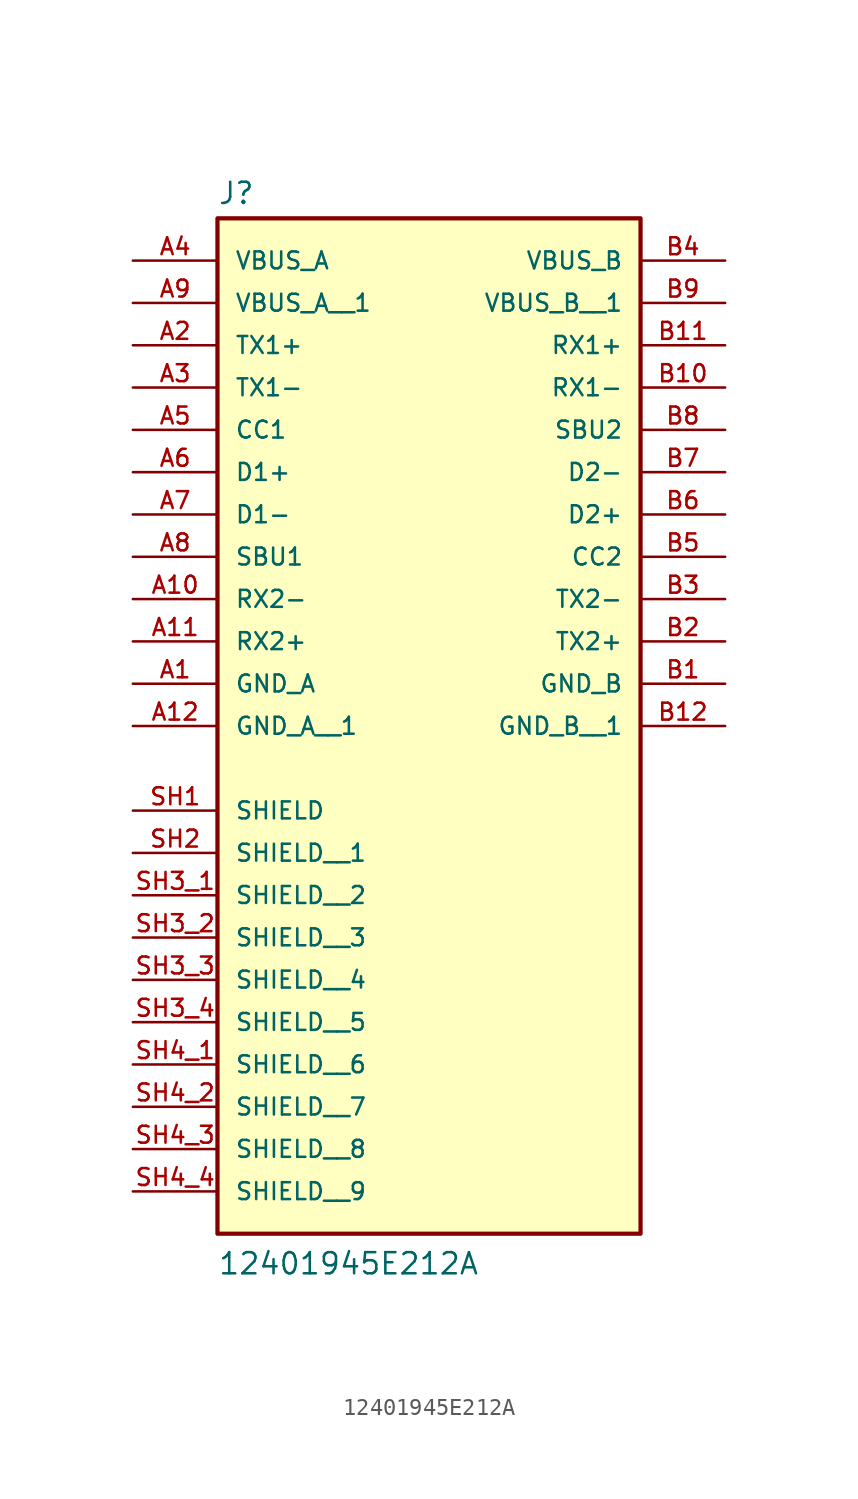
<source format=kicad_sym>
(kicad_symbol_lib
  (version 20211014)
  (generator kicad_symbol_editor)
  (symbol "12401945E212A"
    (pin_names
      (offset 1.016))
    (property "Reference" "J"
      (at -12.7 16.002 0)
      (effects (font (size 1.27 1.27)) (justify bottom left)))
    (property "Value" "12401945E212A"
      (at -12.7 -48.26 0)
      (effects (font (size 1.27 1.27)) (justify bottom left)))
    (symbol "12401945E212A_0_0"
      (rectangle (start -12.7 -45.72) (end 12.7 15.24) (stroke (width 0.254)) (fill (type background)))
      (pin power_in line (at -17.78 -12.7 0) (length 5.08) (name "GND_A" (effects (font (size 1.016 1.016)))) (number "A1" (effects (font (size 1.016 1.016)))))
      (pin bidirectional line (at -17.78 5.08 0) (length 5.08) (name "TX1-" (effects (font (size 1.016 1.016)))) (number "A3" (effects (font (size 1.016 1.016)))))
      (pin bidirectional line (at -17.78 7.62 0) (length 5.08) (name "TX1+" (effects (font (size 1.016 1.016)))) (number "A2" (effects (font (size 1.016 1.016)))))
      (pin power_in line (at -17.78 12.7 0) (length 5.08) (name "VBUS_A" (effects (font (size 1.016 1.016)))) (number "A4" (effects (font (size 1.016 1.016)))))
      (pin bidirectional line (at -17.78 0.0 0) (length 5.08) (name "D1+" (effects (font (size 1.016 1.016)))) (number "A6" (effects (font (size 1.016 1.016)))))
      (pin bidirectional line (at -17.78 2.54 0) (length 5.08) (name "CC1" (effects (font (size 1.016 1.016)))) (number "A5" (effects (font (size 1.016 1.016)))))
      (pin bidirectional line (at -17.78 -5.08 0) (length 5.08) (name "SBU1" (effects (font (size 1.016 1.016)))) (number "A8" (effects (font (size 1.016 1.016)))))
      (pin bidirectional line (at -17.78 -2.54 0) (length 5.08) (name "D1-" (effects (font (size 1.016 1.016)))) (number "A7" (effects (font (size 1.016 1.016)))))
      (pin bidirectional line (at -17.78 -7.62 0) (length 5.08) (name "RX2-" (effects (font (size 1.016 1.016)))) (number "A10" (effects (font (size 1.016 1.016)))))
      (pin bidirectional line (at -17.78 -10.16 0) (length 5.08) (name "RX2+" (effects (font (size 1.016 1.016)))) (number "A11" (effects (font (size 1.016 1.016)))))
      (pin passive line (at -17.78 -20.32 0) (length 5.08) (name "SHIELD" (effects (font (size 1.016 1.016)))) (number "SH1" (effects (font (size 1.016 1.016)))))
      (pin power_in line (at 17.78 -12.7 180.0) (length 5.08) (name "GND_B" (effects (font (size 1.016 1.016)))) (number "B1" (effects (font (size 1.016 1.016)))))
      (pin bidirectional line (at 17.78 -7.62 180.0) (length 5.08) (name "TX2-" (effects (font (size 1.016 1.016)))) (number "B3" (effects (font (size 1.016 1.016)))))
      (pin bidirectional line (at 17.78 -10.16 180.0) (length 5.08) (name "TX2+" (effects (font (size 1.016 1.016)))) (number "B2" (effects (font (size 1.016 1.016)))))
      (pin power_in line (at 17.78 12.7 180.0) (length 5.08) (name "VBUS_B" (effects (font (size 1.016 1.016)))) (number "B4" (effects (font (size 1.016 1.016)))))
      (pin bidirectional line (at 17.78 -2.54 180.0) (length 5.08) (name "D2+" (effects (font (size 1.016 1.016)))) (number "B6" (effects (font (size 1.016 1.016)))))
      (pin bidirectional line (at 17.78 -5.08 180.0) (length 5.08) (name "CC2" (effects (font (size 1.016 1.016)))) (number "B5" (effects (font (size 1.016 1.016)))))
      (pin bidirectional line (at 17.78 2.54 180.0) (length 5.08) (name "SBU2" (effects (font (size 1.016 1.016)))) (number "B8" (effects (font (size 1.016 1.016)))))
      (pin bidirectional line (at 17.78 0.0 180.0) (length 5.08) (name "D2-" (effects (font (size 1.016 1.016)))) (number "B7" (effects (font (size 1.016 1.016)))))
      (pin bidirectional line (at 17.78 5.08 180.0) (length 5.08) (name "RX1-" (effects (font (size 1.016 1.016)))) (number "B10" (effects (font (size 1.016 1.016)))))
      (pin bidirectional line (at 17.78 7.62 180.0) (length 5.08) (name "RX1+" (effects (font (size 1.016 1.016)))) (number "B11" (effects (font (size 1.016 1.016)))))
      (pin power_in line (at -17.78 10.16 0) (length 5.08) (name "VBUS_A__1" (effects (font (size 1.016 1.016)))) (number "A9" (effects (font (size 1.016 1.016)))))
      (pin power_in line (at -17.78 -15.24 0) (length 5.08) (name "GND_A__1" (effects (font (size 1.016 1.016)))) (number "A12" (effects (font (size 1.016 1.016)))))
      (pin passive line (at -17.78 -22.86 0) (length 5.08) (name "SHIELD__1" (effects (font (size 1.016 1.016)))) (number "SH2" (effects (font (size 1.016 1.016)))))
      (pin passive line (at -17.78 -25.4 0) (length 5.08) (name "SHIELD__2" (effects (font (size 1.016 1.016)))) (number "SH3_1" (effects (font (size 1.016 1.016)))))
      (pin passive line (at -17.78 -27.94 0) (length 5.08) (name "SHIELD__3" (effects (font (size 1.016 1.016)))) (number "SH3_2" (effects (font (size 1.016 1.016)))))
      (pin passive line (at -17.78 -30.48 0) (length 5.08) (name "SHIELD__4" (effects (font (size 1.016 1.016)))) (number "SH3_3" (effects (font (size 1.016 1.016)))))
      (pin passive line (at -17.78 -33.02 0) (length 5.08) (name "SHIELD__5" (effects (font (size 1.016 1.016)))) (number "SH3_4" (effects (font (size 1.016 1.016)))))
      (pin passive line (at -17.78 -35.56 0) (length 5.08) (name "SHIELD__6" (effects (font (size 1.016 1.016)))) (number "SH4_1" (effects (font (size 1.016 1.016)))))
      (pin passive line (at -17.78 -38.1 0) (length 5.08) (name "SHIELD__7" (effects (font (size 1.016 1.016)))) (number "SH4_2" (effects (font (size 1.016 1.016)))))
      (pin passive line (at -17.78 -40.64 0) (length 5.08) (name "SHIELD__8" (effects (font (size 1.016 1.016)))) (number "SH4_3" (effects (font (size 1.016 1.016)))))
      (pin passive line (at -17.78 -43.18 0) (length 5.08) (name "SHIELD__9" (effects (font (size 1.016 1.016)))) (number "SH4_4" (effects (font (size 1.016 1.016)))))
      (pin power_in line (at 17.78 10.16 180.0) (length 5.08) (name "VBUS_B__1" (effects (font (size 1.016 1.016)))) (number "B9" (effects (font (size 1.016 1.016)))))
      (pin power_in line (at 17.78 -15.24 180.0) (length 5.08) (name "GND_B__1" (effects (font (size 1.016 1.016)))) (number "B12" (effects (font (size 1.016 1.016))))))))
</source>
